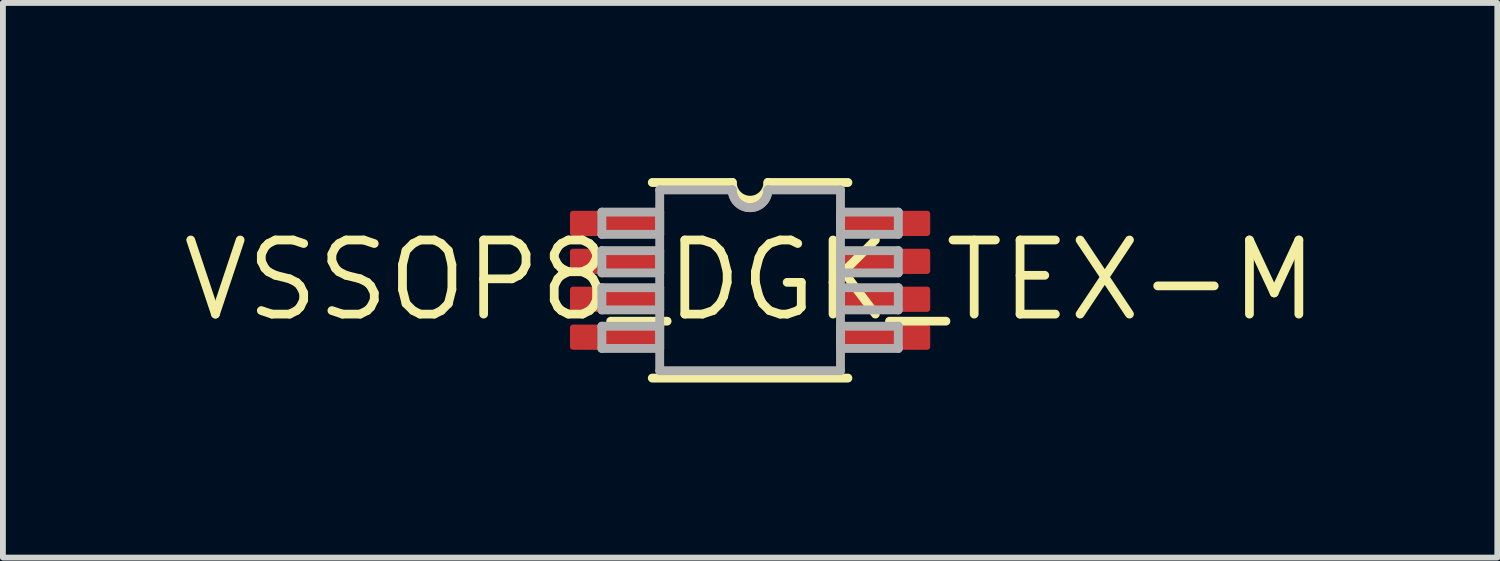
<source format=kicad_pcb>
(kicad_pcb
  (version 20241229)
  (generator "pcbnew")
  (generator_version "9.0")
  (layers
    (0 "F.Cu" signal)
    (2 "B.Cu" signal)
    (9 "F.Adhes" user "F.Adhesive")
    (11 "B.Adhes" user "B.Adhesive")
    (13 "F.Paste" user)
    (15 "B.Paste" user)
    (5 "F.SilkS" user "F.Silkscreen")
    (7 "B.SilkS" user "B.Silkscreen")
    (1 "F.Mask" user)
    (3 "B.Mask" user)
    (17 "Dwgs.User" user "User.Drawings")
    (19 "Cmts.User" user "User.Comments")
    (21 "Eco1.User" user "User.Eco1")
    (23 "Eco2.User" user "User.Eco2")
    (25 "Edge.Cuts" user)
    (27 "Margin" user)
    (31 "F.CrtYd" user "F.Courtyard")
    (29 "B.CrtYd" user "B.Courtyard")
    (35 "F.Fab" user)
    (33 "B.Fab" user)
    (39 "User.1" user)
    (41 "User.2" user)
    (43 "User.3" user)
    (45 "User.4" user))
  (footprint "VSSOP8_DGK_TEX-M"
    (layer "F.Cu")
    (at 9.804 1.753)
    (property "Reference" "VSSOP8_DGK_TEX-M" (at 0 0 0) (layer "F.SilkS") (effects (font (size 1.27 1.27) (thickness 0.15))))
    (fp_line (start -1.676 1.676) (end 1.676 1.676) (stroke (width 0.152) (type solid)) (layer "F.SilkS"))
    (fp_line (start -0.305 -1.676) (end -1.676 -1.676) (stroke (width 0.152) (type solid)) (layer "F.SilkS"))
    (fp_line (start 1.676 -1.676) (end 0.305 -1.676) (stroke (width 0.152) (type solid)) (layer "F.SilkS"))
    (fp_arc (start 0.3048 -1.6764) (mid 0 -1.3716) (end -0.3048 -1.6764) (stroke (width 0.1524) (type solid)) (layer "F.SilkS"))
    (fp_line (start -2.54 -1.168) (end -2.54 -0.787) (stroke (width 0.152) (type solid)) (layer "F.Fab"))
    (fp_line (start -2.54 -0.787) (end -1.549 -0.787) (stroke (width 0.152) (type solid)) (layer "F.Fab"))
    (fp_line (start -2.54 -0.508) (end -2.54 -0.127) (stroke (width 0.152) (type solid)) (layer "F.Fab"))
    (fp_line (start -2.54 -0.127) (end -1.549 -0.127) (stroke (width 0.152) (type solid)) (layer "F.Fab"))
    (fp_line (start -2.54 0.127) (end -2.54 0.508) (stroke (width 0.152) (type solid)) (layer "F.Fab"))
    (fp_line (start -2.54 0.508) (end -1.549 0.508) (stroke (width 0.152) (type solid)) (layer "F.Fab"))
    (fp_line (start -2.54 0.787) (end -2.54 1.168) (stroke (width 0.152) (type solid)) (layer "F.Fab"))
    (fp_line (start -2.54 1.168) (end -1.549 1.168) (stroke (width 0.152) (type solid)) (layer "F.Fab"))
    (fp_line (start -1.549 -1.549) (end -1.549 1.549) (stroke (width 0.152) (type solid)) (layer "F.Fab"))
    (fp_line (start -1.549 -1.168) (end -2.54 -1.168) (stroke (width 0.152) (type solid)) (layer "F.Fab"))
    (fp_line (start -1.549 -0.787) (end -1.549 -1.168) (stroke (width 0.152) (type solid)) (layer "F.Fab"))
    (fp_line (start -1.549 -0.508) (end -2.54 -0.508) (stroke (width 0.152) (type solid)) (layer "F.Fab"))
    (fp_line (start -1.549 -0.127) (end -1.549 -0.508) (stroke (width 0.152) (type solid)) (layer "F.Fab"))
    (fp_line (start -1.549 0.127) (end -2.54 0.127) (stroke (width 0.152) (type solid)) (layer "F.Fab"))
    (fp_line (start -1.549 0.508) (end -1.549 0.127) (stroke (width 0.152) (type solid)) (layer "F.Fab"))
    (fp_line (start -1.549 0.787) (end -2.54 0.787) (stroke (width 0.152) (type solid)) (layer "F.Fab"))
    (fp_line (start -1.549 1.168) (end -1.549 0.787) (stroke (width 0.152) (type solid)) (layer "F.Fab"))
    (fp_line (start -1.549 1.549) (end 1.549 1.549) (stroke (width 0.152) (type solid)) (layer "F.Fab"))
    (fp_line (start -0.305 -1.549) (end -1.549 -1.549) (stroke (width 0.152) (type solid)) (layer "F.Fab"))
    (fp_line (start 1.549 -1.549) (end 0.305 -1.549) (stroke (width 0.152) (type solid)) (layer "F.Fab"))
    (fp_line (start 1.549 -1.168) (end 1.549 -0.787) (stroke (width 0.152) (type solid)) (layer "F.Fab"))
    (fp_line (start 1.549 -0.787) (end 2.54 -0.787) (stroke (width 0.152) (type solid)) (layer "F.Fab"))
    (fp_line (start 1.549 -0.508) (end 1.549 -0.127) (stroke (width 0.152) (type solid)) (layer "F.Fab"))
    (fp_line (start 1.549 -0.127) (end 2.54 -0.127) (stroke (width 0.152) (type solid)) (layer "F.Fab"))
    (fp_line (start 1.549 0.127) (end 1.549 0.508) (stroke (width 0.152) (type solid)) (layer "F.Fab"))
    (fp_line (start 1.549 0.508) (end 2.54 0.508) (stroke (width 0.152) (type solid)) (layer "F.Fab"))
    (fp_line (start 1.549 0.787) (end 1.549 1.168) (stroke (width 0.152) (type solid)) (layer "F.Fab"))
    (fp_line (start 1.549 1.168) (end 2.54 1.168) (stroke (width 0.152) (type solid)) (layer "F.Fab"))
    (fp_line (start 1.549 1.549) (end 1.549 -1.549) (stroke (width 0.152) (type solid)) (layer "F.Fab"))
    (fp_line (start 2.54 -1.168) (end 1.549 -1.168) (stroke (width 0.152) (type solid)) (layer "F.Fab"))
    (fp_line (start 2.54 -0.787) (end 2.54 -1.168) (stroke (width 0.152) (type solid)) (layer "F.Fab"))
    (fp_line (start 2.54 -0.508) (end 1.549 -0.508) (stroke (width 0.152) (type solid)) (layer "F.Fab"))
    (fp_line (start 2.54 -0.127) (end 2.54 -0.508) (stroke (width 0.152) (type solid)) (layer "F.Fab"))
    (fp_line (start 2.54 0.127) (end 1.549 0.127) (stroke (width 0.152) (type solid)) (layer "F.Fab"))
    (fp_line (start 2.54 0.508) (end 2.54 0.127) (stroke (width 0.152) (type solid)) (layer "F.Fab"))
    (fp_line (start 2.54 0.787) (end 1.549 0.787) (stroke (width 0.152) (type solid)) (layer "F.Fab"))
    (fp_line (start 2.54 1.168) (end 2.54 0.787) (stroke (width 0.152) (type solid)) (layer "F.Fab"))
    (fp_arc (start 0.3048 -1.5494) (mid 0 -1.2446) (end -0.3048 -1.5494) (stroke (width 0.1524) (type solid)) (layer "F.Fab"))
    (fp_arc (start 0.3048 -1.5494) (mid 0 -1.2446) (end -0.3048 -1.5494) (stroke (width 0.1524) (type solid)) (layer "F.Fab"))
    (pad "1" smd roundrect (at -2.318 -0.975) (size 1.537 0.432) (layers "F.Cu" "F.Mask" "F.Paste") (roundrect_rratio 0.118))
    (pad "2" smd roundrect (at -2.318 -0.325) (size 1.537 0.432) (layers "F.Cu" "F.Mask" "F.Paste") (roundrect_rratio 0.118))
    (pad "3" smd roundrect (at -2.318 0.325) (size 1.537 0.432) (layers "F.Cu" "F.Mask" "F.Paste") (roundrect_rratio 0.118))
    (pad "4" smd roundrect (at -2.318 0.975) (size 1.537 0.432) (layers "F.Cu" "F.Mask" "F.Paste") (roundrect_rratio 0.118))
    (pad "5" smd roundrect (at 2.318 0.975) (size 1.537 0.432) (layers "F.Cu" "F.Mask" "F.Paste") (roundrect_rratio 0.118))
    (pad "6" smd roundrect (at 2.318 0.325) (size 1.537 0.432) (layers "F.Cu" "F.Mask" "F.Paste") (roundrect_rratio 0.118))
    (pad "7" smd roundrect (at 2.318 -0.325) (size 1.537 0.432) (layers "F.Cu" "F.Mask" "F.Paste") (roundrect_rratio 0.118))
    (pad "8" smd roundrect (at 2.318 -0.975) (size 1.537 0.432) (layers "F.Cu" "F.Mask" "F.Paste") (roundrect_rratio 0.118)))
  (gr_rect
    (start -3 -3)
    (end 22.609 6.505)
    (stroke (width 0.1) (type default))
    (fill no)
    (layer "Edge.Cuts")))
</source>
